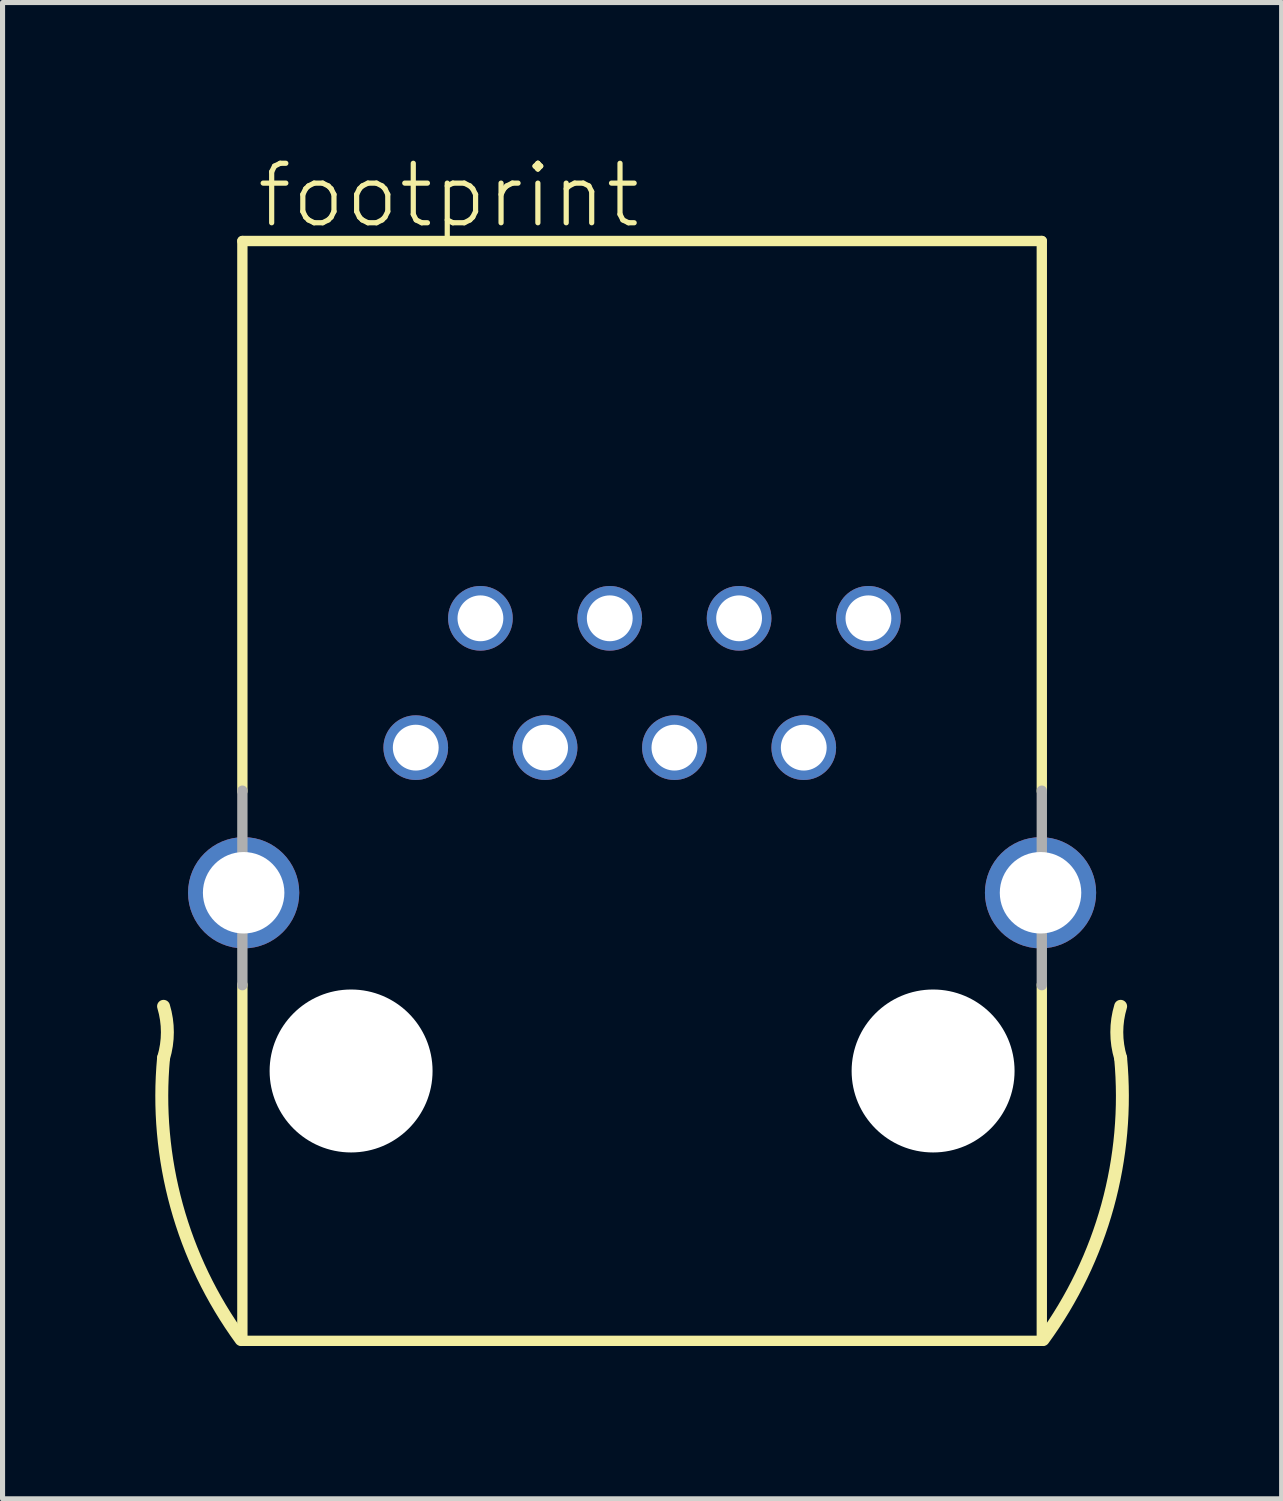
<source format=kicad_pcb>
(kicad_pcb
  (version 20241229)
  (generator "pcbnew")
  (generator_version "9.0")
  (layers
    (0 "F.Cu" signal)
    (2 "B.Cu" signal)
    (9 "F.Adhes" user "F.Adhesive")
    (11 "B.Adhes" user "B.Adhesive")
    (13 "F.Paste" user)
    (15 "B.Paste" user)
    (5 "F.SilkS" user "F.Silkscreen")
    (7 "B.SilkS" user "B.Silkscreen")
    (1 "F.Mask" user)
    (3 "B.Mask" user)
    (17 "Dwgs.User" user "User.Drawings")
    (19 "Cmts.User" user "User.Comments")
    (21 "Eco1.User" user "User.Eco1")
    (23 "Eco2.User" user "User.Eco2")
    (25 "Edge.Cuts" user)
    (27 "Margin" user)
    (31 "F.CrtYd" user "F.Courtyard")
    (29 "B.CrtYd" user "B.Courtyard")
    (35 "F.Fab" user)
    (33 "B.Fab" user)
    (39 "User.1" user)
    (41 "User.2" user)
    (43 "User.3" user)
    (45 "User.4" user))
  (footprint "footprint"
    (layer "F.Cu")
    (at 9.56 17.983)
    (property "Reference" "footprint" (at -7.62 -16.51 0) (layer "F.SilkS") (effects (font (size 1.168 1.168) (thickness 0.102)) (justify left bottom)))
    (fp_line (start -7.85 -16.3) (end -7.85 -5.495) (stroke (width 0.203) (type solid)) (layer "F.SilkS"))
    (fp_line (start -7.85 -16.3) (end 7.85 -16.3) (stroke (width 0.203) (type solid)) (layer "F.SilkS"))
    (fp_line (start -7.85 -1.695) (end -7.85 5.3) (stroke (width 0.203) (type solid)) (layer "F.SilkS"))
    (fp_line (start -7.85 5.3) (end 7.85 5.3) (stroke (width 0.203) (type solid)) (layer "F.SilkS"))
    (fp_line (start 7.85 -5.495) (end 7.85 -16.3) (stroke (width 0.203) (type solid)) (layer "F.SilkS"))
    (fp_line (start 7.85 5.3) (end 7.85 -1.695) (stroke (width 0.203) (type solid)) (layer "F.SilkS"))
    (fp_arc (start -9.398 -1.27) (mid -9.322789 -0.762) (end -9.398 -0.254) (stroke (width 0.254) (type solid)) (layer "F.SilkS"))
    (fp_arc (start -7.875 5.275) (mid -9.141571 2.649625) (end -9.398 -0.254) (stroke (width 0.254) (type solid)) (layer "F.SilkS"))
    (fp_arc (start 9.398 -0.254) (mid 9.14157 2.649625) (end 7.875 5.275) (stroke (width 0.254) (type solid)) (layer "F.SilkS"))
    (fp_arc (start 9.398 -0.254) (mid 9.322789 -0.762) (end 9.398 -1.27) (stroke (width 0.254) (type solid)) (layer "F.SilkS"))
    (fp_line (start -7.85 -5.505) (end -7.85 -1.685) (stroke (width 0.203) (type solid)) (layer "F.Fab"))
    (fp_line (start 7.85 -1.685) (end 7.85 -5.505) (stroke (width 0.203) (type solid)) (layer "F.Fab"))
    (pad "" np_thru_hole circle (at -5.715 0) (size 3.2 3.2) (drill 3.2) (layers "*.Cu" "*.Mask"))
    (pad "" np_thru_hole circle (at 5.715 0) (size 3.2 3.2) (drill 3.2) (layers "*.Cu" "*.Mask"))
    (pad "1" thru_hole circle (at -4.445 -6.35) (size 1.27 1.27) (drill 0.9) (layers "*.Cu" "*.Mask"))
    (pad "2" thru_hole circle (at -3.175 -8.89) (size 1.27 1.27) (drill 0.9) (layers "*.Cu" "*.Mask"))
    (pad "3" thru_hole circle (at -1.905 -6.35) (size 1.27 1.27) (drill 0.9) (layers "*.Cu" "*.Mask"))
    (pad "4" thru_hole circle (at -0.635 -8.89) (size 1.27 1.27) (drill 0.9) (layers "*.Cu" "*.Mask"))
    (pad "5" thru_hole circle (at 0.635 -6.35) (size 1.27 1.27) (drill 0.9) (layers "*.Cu" "*.Mask"))
    (pad "6" thru_hole circle (at 1.905 -8.89) (size 1.27 1.27) (drill 0.9) (layers "*.Cu" "*.Mask"))
    (pad "7" thru_hole circle (at 3.175 -6.35) (size 1.27 1.27) (drill 0.9) (layers "*.Cu" "*.Mask"))
    (pad "8" thru_hole circle (at 4.445 -8.89) (size 1.27 1.27) (drill 0.9) (layers "*.Cu" "*.Mask"))
    (pad "S1" thru_hole circle (at -7.825 -3.5) (size 2.184 2.184) (drill 1.6) (layers "*.Cu" "*.Mask"))
    (pad "S2" thru_hole circle (at 7.825 -3.5) (size 2.184 2.184) (drill 1.6) (layers "*.Cu" "*.Mask")))
  (gr_rect
    (start -3 -3)
    (end 22.12 26.385)
    (stroke (width 0.1) (type default))
    (fill no)
    (layer "Edge.Cuts")))
</source>
